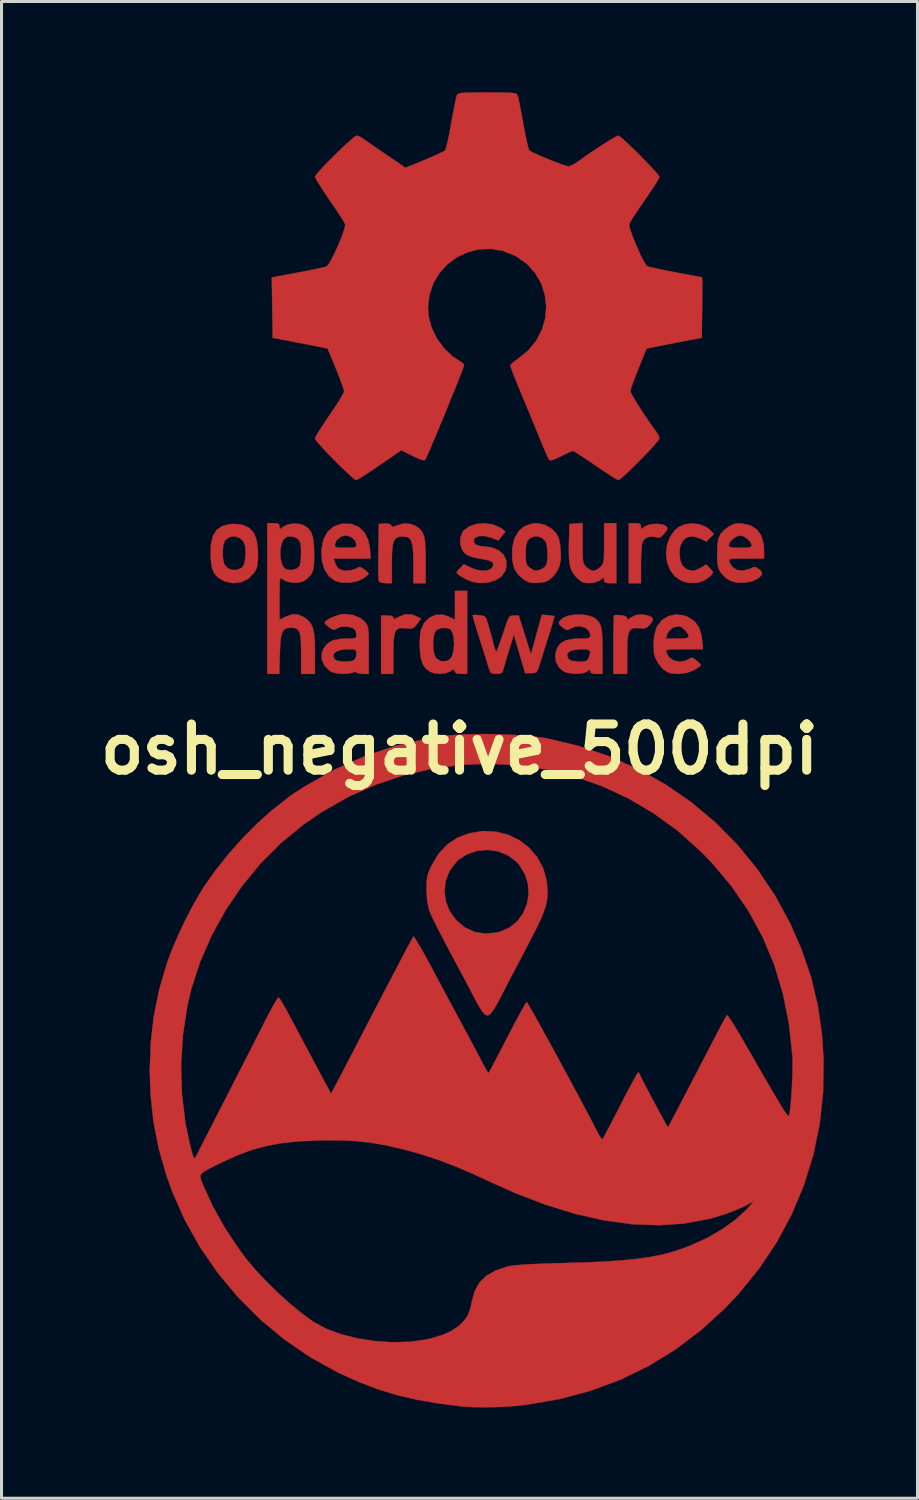
<source format=kicad_pcb>
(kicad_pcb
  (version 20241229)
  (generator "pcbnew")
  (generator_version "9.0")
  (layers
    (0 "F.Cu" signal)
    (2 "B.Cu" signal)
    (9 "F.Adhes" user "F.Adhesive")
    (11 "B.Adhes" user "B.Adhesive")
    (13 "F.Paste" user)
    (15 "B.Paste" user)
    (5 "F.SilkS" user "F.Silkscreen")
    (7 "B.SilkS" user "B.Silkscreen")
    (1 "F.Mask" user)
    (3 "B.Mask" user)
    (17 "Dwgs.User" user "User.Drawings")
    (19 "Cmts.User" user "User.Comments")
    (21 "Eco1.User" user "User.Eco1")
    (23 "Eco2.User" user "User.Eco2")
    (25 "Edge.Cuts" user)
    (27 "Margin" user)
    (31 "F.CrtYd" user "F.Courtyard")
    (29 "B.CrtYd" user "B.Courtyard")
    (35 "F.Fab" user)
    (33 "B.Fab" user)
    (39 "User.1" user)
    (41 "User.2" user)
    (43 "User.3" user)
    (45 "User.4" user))
  (footprint "osh_negative_500dpi"
    (layer "F.Cu")
    (at 12.127 21.697)
    (property "Reference" "osh_negative_500dpi" (at 0 0 0) (layer "F.SilkS") (effects (font (size 1.524 1.524) (thickness 0.3))))
    (attr through_hole)
    (fp_poly (pts (xy -1.557 -4.447) (xy -1.419 -4.392) (xy -1.268 -4.314) (xy -1.4 -4.141) (xy -1.487 -4.037) (xy -1.567 -3.991) (xy -1.68 -3.987) (xy -1.775 -3.997) (xy -1.921 -4.006) (xy -2.028 -3.983) (xy -2.102 -3.917) (xy -2.148 -3.795) (xy -2.174 -3.604) (xy -2.183 -3.331) (xy -2.184 -3.138) (xy -2.184 -2.489) (xy -2.591 -2.489) (xy -2.591 -4.42) (xy -2.388 -4.42) (xy -2.246 -4.407) (xy -2.188 -4.365) (xy -2.184 -4.344) (xy -2.169 -4.304) (xy -2.109 -4.319) (xy -2.019 -4.369) (xy -1.789 -4.459) (xy -1.557 -4.447)) (stroke (width 0.01) (type solid)) (fill yes) (layer "F.Cu"))
    (fp_poly (pts (xy 5.923 -7.46) (xy 5.982 -7.426) (xy 5.994 -7.358) (xy 5.999 -7.284) (xy 6.03 -7.285) (xy 6.101 -7.345) (xy 6.225 -7.408) (xy 6.399 -7.441) (xy 6.586 -7.442) (xy 6.745 -7.412) (xy 6.827 -7.366) (xy 6.866 -7.308) (xy 6.851 -7.243) (xy 6.774 -7.14) (xy 6.76 -7.123) (xy 6.663 -7.02) (xy 6.587 -6.985) (xy 6.497 -7.003) (xy 6.485 -7.008) (xy 6.31 -7.029) (xy 6.149 -6.972) (xy 6.048 -6.864) (xy 6.027 -6.775) (xy 6.01 -6.609) (xy 5.999 -6.387) (xy 5.994 -6.133) (xy 5.994 -6.125) (xy 5.994 -5.486) (xy 5.588 -5.486) (xy 5.588 -7.468) (xy 5.791 -7.468) (xy 5.923 -7.46)) (stroke (width 0.01) (type solid)) (fill yes) (layer "F.Cu"))
    (fp_poly (pts (xy 6.218 -4.421) (xy 6.35 -4.362) (xy 6.391 -4.289) (xy 6.343 -4.186) (xy 6.279 -4.108) (xy 6.19 -4.024) (xy 6.095 -3.992) (xy 5.949 -3.997) (xy 5.932 -3.999) (xy 5.791 -4.006) (xy 5.687 -3.981) (xy 5.616 -3.911) (xy 5.571 -3.784) (xy 5.547 -3.587) (xy 5.538 -3.308) (xy 5.537 -3.138) (xy 5.537 -2.489) (xy 5.08 -2.489) (xy 5.08 -3.446) (xy 5.081 -3.747) (xy 5.084 -4.012) (xy 5.089 -4.224) (xy 5.095 -4.367) (xy 5.103 -4.425) (xy 5.103 -4.425) (xy 5.163 -4.435) (xy 5.285 -4.432) (xy 5.331 -4.429) (xy 5.478 -4.399) (xy 5.535 -4.345) (xy 5.537 -4.33) (xy 5.547 -4.28) (xy 5.592 -4.302) (xy 5.629 -4.335) (xy 5.802 -4.428) (xy 6.019 -4.456) (xy 6.218 -4.421)) (stroke (width 0.01) (type solid)) (fill yes) (layer "F.Cu"))
    (fp_poly (pts (xy 7.939 -7.427) (xy 8.167 -7.331) (xy 8.283 -7.236) (xy 8.402 -7.109) (xy 8.152 -6.859) (xy 7.943 -6.962) (xy 7.719 -7.031) (xy 7.529 -7.008) (xy 7.383 -6.901) (xy 7.291 -6.716) (xy 7.264 -6.498) (xy 7.29 -6.235) (xy 7.37 -6.054) (xy 7.501 -5.949) (xy 7.66 -5.899) (xy 7.805 -5.916) (xy 7.971 -5.998) (xy 8.143 -6.104) (xy 8.272 -5.975) (xy 8.355 -5.886) (xy 8.371 -5.828) (xy 8.324 -5.761) (xy 8.303 -5.737) (xy 8.097 -5.581) (xy 7.844 -5.498) (xy 7.571 -5.494) (xy 7.338 -5.558) (xy 7.117 -5.705) (xy 6.957 -5.915) (xy 6.858 -6.169) (xy 6.821 -6.446) (xy 6.849 -6.728) (xy 6.942 -6.993) (xy 7.102 -7.223) (xy 7.22 -7.329) (xy 7.433 -7.429) (xy 7.684 -7.46) (xy 7.939 -7.427)) (stroke (width 0.01) (type solid)) (fill yes) (layer "F.Cu"))
    (fp_poly (pts (xy 4.064 -6.808) (xy 4.065 -6.535) (xy 4.07 -6.345) (xy 4.082 -6.217) (xy 4.103 -6.133) (xy 4.138 -6.073) (xy 4.189 -6.017) (xy 4.304 -5.932) (xy 4.414 -5.893) (xy 4.42 -5.893) (xy 4.527 -5.927) (xy 4.644 -6.011) (xy 4.651 -6.017) (xy 4.701 -6.073) (xy 4.736 -6.134) (xy 4.758 -6.219) (xy 4.77 -6.348) (xy 4.774 -6.539) (xy 4.775 -6.805) (xy 4.775 -7.468) (xy 5.182 -7.468) (xy 5.182 -5.486) (xy 4.978 -5.486) (xy 4.847 -5.494) (xy 4.788 -5.527) (xy 4.774 -5.601) (xy 4.761 -5.669) (xy 4.736 -5.659) (xy 4.616 -5.56) (xy 4.426 -5.5) (xy 4.265 -5.486) (xy 4.12 -5.5) (xy 4.004 -5.552) (xy 3.873 -5.665) (xy 3.86 -5.679) (xy 3.761 -5.795) (xy 3.689 -5.927) (xy 3.643 -6.092) (xy 3.617 -6.308) (xy 3.61 -6.59) (xy 3.616 -6.934) (xy 3.632 -7.442) (xy 4.064 -7.473) (xy 4.064 -6.808)) (stroke (width 0.01) (type solid)) (fill yes) (layer "F.Cu"))
    (fp_poly (pts (xy -1.598 -7.438) (xy -1.438 -7.368) (xy -1.323 -7.287) (xy -1.239 -7.193) (xy -1.181 -7.069) (xy -1.144 -6.9) (xy -1.125 -6.668) (xy -1.118 -6.357) (xy -1.118 -6.226) (xy -1.118 -5.486) (xy -1.524 -5.486) (xy -1.524 -6.141) (xy -1.529 -6.465) (xy -1.548 -6.701) (xy -1.586 -6.862) (xy -1.648 -6.961) (xy -1.74 -7.012) (xy -1.867 -7.027) (xy -1.88 -7.027) (xy -2.01 -7.015) (xy -2.104 -6.967) (xy -2.169 -6.873) (xy -2.209 -6.717) (xy -2.229 -6.488) (xy -2.235 -6.172) (xy -2.235 -6.141) (xy -2.235 -5.486) (xy -2.44 -5.486) (xy -2.583 -5.502) (xy -2.664 -5.542) (xy -2.67 -5.552) (xy -2.677 -5.621) (xy -2.682 -5.775) (xy -2.684 -5.996) (xy -2.684 -6.265) (xy -2.681 -6.53) (xy -2.667 -7.442) (xy -2.476 -7.458) (xy -2.33 -7.454) (xy -2.26 -7.406) (xy -2.255 -7.396) (xy -2.223 -7.347) (xy -2.164 -7.353) (xy -2.08 -7.393) (xy -1.843 -7.461) (xy -1.598 -7.438)) (stroke (width 0.01) (type solid)) (fill yes) (layer "F.Cu"))
    (fp_poly (pts (xy -7.161 -7.411) (xy -6.947 -7.315) (xy -6.794 -7.148) (xy -6.7 -6.905) (xy -6.658 -6.579) (xy -6.655 -6.443) (xy -6.659 -6.222) (xy -6.675 -6.07) (xy -6.71 -5.956) (xy -6.77 -5.849) (xy -6.787 -5.824) (xy -6.973 -5.634) (xy -7.209 -5.52) (xy -7.472 -5.486) (xy -7.738 -5.539) (xy -7.82 -5.575) (xy -7.989 -5.682) (xy -8.104 -5.813) (xy -8.175 -5.99) (xy -8.212 -6.233) (xy -8.222 -6.399) (xy -8.217 -6.58) (xy -7.819 -6.58) (xy -7.819 -6.375) (xy -7.793 -6.189) (xy -7.773 -6.123) (xy -7.676 -5.994) (xy -7.526 -5.925) (xy -7.356 -5.922) (xy -7.2 -5.992) (xy -7.17 -6.018) (xy -7.116 -6.122) (xy -7.08 -6.291) (xy -7.065 -6.492) (xy -7.076 -6.687) (xy -7.083 -6.728) (xy -7.155 -6.887) (xy -7.286 -6.991) (xy -7.445 -7.034) (xy -7.606 -7.007) (xy -7.739 -6.904) (xy -7.748 -6.891) (xy -7.795 -6.766) (xy -7.819 -6.58) (xy -8.217 -6.58) (xy -8.211 -6.762) (xy -8.146 -7.043) (xy -8.021 -7.245) (xy -7.834 -7.375) (xy -7.581 -7.436) (xy -7.442 -7.442) (xy -7.161 -7.411)) (stroke (width 0.01) (type solid)) (fill yes) (layer "F.Cu"))
    (fp_poly (pts (xy 0.254 -2.489) (xy 0.051 -2.489) (xy -0.09 -2.502) (xy -0.149 -2.543) (xy -0.152 -2.565) (xy -0.174 -2.631) (xy -0.243 -2.619) (xy -0.327 -2.564) (xy -0.462 -2.51) (xy -0.648 -2.492) (xy -0.838 -2.512) (xy -0.96 -2.553) (xy -1.113 -2.66) (xy -1.216 -2.809) (xy -1.279 -3.018) (xy -1.31 -3.307) (xy -1.31 -3.314) (xy -1.312 -3.44) (xy -0.872 -3.44) (xy -0.854 -3.239) (xy -0.81 -3.074) (xy -0.762 -2.997) (xy -0.61 -2.909) (xy -0.438 -2.913) (xy -0.323 -2.97) (xy -0.248 -3.074) (xy -0.2 -3.243) (xy -0.18 -3.446) (xy -0.188 -3.652) (xy -0.224 -3.83) (xy -0.289 -3.95) (xy -0.312 -3.968) (xy -0.454 -4.009) (xy -0.623 -3.998) (xy -0.761 -3.937) (xy -0.771 -3.929) (xy -0.831 -3.819) (xy -0.864 -3.645) (xy -0.872 -3.44) (xy -1.312 -3.44) (xy -1.314 -3.541) (xy -1.303 -3.757) (xy -1.281 -3.921) (xy -1.276 -3.939) (xy -1.168 -4.176) (xy -0.999 -4.345) (xy -0.789 -4.439) (xy -0.556 -4.448) (xy -0.343 -4.377) (xy -0.152 -4.278) (xy -0.152 -5.232) (xy 0.254 -5.232) (xy 0.254 -2.489)) (stroke (width 0.01) (type solid)) (fill yes) (layer "F.Cu"))
    (fp_poly (pts (xy 2.813 -7.419) (xy 3.05 -7.279) (xy 3.215 -7.104) (xy 3.28 -6.959) (xy 3.325 -6.747) (xy 3.346 -6.504) (xy 3.341 -6.262) (xy 3.309 -6.069) (xy 3.231 -5.895) (xy 3.108 -5.725) (xy 3.075 -5.691) (xy 2.951 -5.586) (xy 2.829 -5.53) (xy 2.663 -5.503) (xy 2.604 -5.498) (xy 2.416 -5.493) (xy 2.283 -5.518) (xy 2.161 -5.581) (xy 2.138 -5.596) (xy 1.939 -5.763) (xy 1.817 -5.949) (xy 1.753 -6.188) (xy 1.742 -6.288) (xy 1.742 -6.473) (xy 2.184 -6.473) (xy 2.188 -6.277) (xy 2.203 -6.154) (xy 2.238 -6.075) (xy 2.301 -6.012) (xy 2.318 -5.998) (xy 2.452 -5.913) (xy 2.572 -5.901) (xy 2.714 -5.951) (xy 2.822 -6.028) (xy 2.873 -6.106) (xy 2.899 -6.254) (xy 2.906 -6.446) (xy 2.895 -6.641) (xy 2.868 -6.798) (xy 2.848 -6.851) (xy 2.742 -6.966) (xy 2.594 -7.031) (xy 2.452 -7.027) (xy 2.32 -6.963) (xy 2.239 -6.872) (xy 2.198 -6.73) (xy 2.185 -6.513) (xy 2.184 -6.473) (xy 1.742 -6.473) (xy 1.742 -6.654) (xy 1.812 -6.96) (xy 1.948 -7.2) (xy 2.144 -7.367) (xy 2.397 -7.455) (xy 2.555 -7.468) (xy 2.813 -7.419)) (stroke (width 0.01) (type solid)) (fill yes) (layer "F.Cu"))
    (fp_poly (pts (xy 1.097 -7.425) (xy 1.335 -7.326) (xy 1.407 -7.277) (xy 1.518 -7.188) (xy 1.4 -7.042) (xy 1.281 -6.896) (xy 1.054 -6.983) (xy 0.828 -7.043) (xy 0.642 -7.042) (xy 0.514 -6.981) (xy 0.491 -6.951) (xy 0.47 -6.846) (xy 0.534 -6.762) (xy 0.668 -6.712) (xy 0.756 -6.705) (xy 1.052 -6.671) (xy 1.288 -6.576) (xy 1.455 -6.429) (xy 1.545 -6.24) (xy 1.548 -6.019) (xy 1.503 -5.871) (xy 1.382 -5.704) (xy 1.19 -5.582) (xy 0.951 -5.508) (xy 0.688 -5.489) (xy 0.423 -5.53) (xy 0.279 -5.584) (xy 0.127 -5.662) (xy -0.001 -5.74) (xy -0.025 -5.757) (xy -0.088 -5.813) (xy -0.09 -5.861) (xy -0.028 -5.936) (xy 0.008 -5.973) (xy 0.143 -6.11) (xy 0.367 -6.001) (xy 0.577 -5.925) (xy 0.776 -5.898) (xy 0.945 -5.917) (xy 1.063 -5.978) (xy 1.113 -6.079) (xy 1.11 -6.125) (xy 1.07 -6.192) (xy 0.965 -6.238) (xy 0.838 -6.265) (xy 0.564 -6.315) (xy 0.371 -6.364) (xy 0.24 -6.423) (xy 0.149 -6.497) (xy 0.097 -6.569) (xy 0.024 -6.765) (xy 0.025 -6.979) (xy 0.096 -7.171) (xy 0.135 -7.225) (xy 0.32 -7.362) (xy 0.561 -7.442) (xy 0.83 -7.463) (xy 1.097 -7.425)) (stroke (width 0.01) (type solid)) (fill yes) (layer "F.Cu"))
    (fp_poly (pts (xy -3.568 -7.441) (xy -3.327 -7.342) (xy -3.14 -7.163) (xy -3.014 -6.912) (xy -2.959 -6.63) (xy -2.932 -6.299) (xy -4.16 -6.299) (xy -4.107 -6.146) (xy -4.041 -6.021) (xy -3.96 -5.943) (xy -3.795 -5.898) (xy -3.6 -5.905) (xy -3.434 -5.96) (xy -3.414 -5.972) (xy -3.331 -6.019) (xy -3.258 -6.012) (xy -3.153 -5.946) (xy -3.149 -5.943) (xy -3.05 -5.864) (xy -2.999 -5.807) (xy -2.998 -5.8) (xy -3.036 -5.753) (xy -3.132 -5.676) (xy -3.18 -5.642) (xy -3.386 -5.548) (xy -3.638 -5.501) (xy -3.892 -5.504) (xy -4.094 -5.556) (xy -4.304 -5.705) (xy -4.456 -5.928) (xy -4.544 -6.214) (xy -4.562 -6.549) (xy -4.557 -6.616) (xy -4.528 -6.756) (xy -4.115 -6.756) (xy -4.105 -6.703) (xy -4.062 -6.672) (xy -3.963 -6.658) (xy -3.788 -6.655) (xy -3.759 -6.655) (xy -3.572 -6.658) (xy -3.465 -6.67) (xy -3.416 -6.698) (xy -3.404 -6.748) (xy -3.404 -6.756) (xy -3.449 -6.891) (xy -3.564 -7) (xy -3.716 -7.058) (xy -3.759 -7.061) (xy -3.916 -7.022) (xy -4.044 -6.924) (xy -4.111 -6.793) (xy -4.115 -6.756) (xy -4.528 -6.756) (xy -4.491 -6.936) (xy -4.358 -7.183) (xy -4.163 -7.354) (xy -3.908 -7.445) (xy -3.852 -7.453) (xy -3.568 -7.441)) (stroke (width 0.01) (type solid)) (fill yes) (layer "F.Cu"))
    (fp_poly (pts (xy 7.411 -4.422) (xy 7.568 -4.359) (xy 7.776 -4.213) (xy 7.915 -4.016) (xy 7.994 -3.752) (xy 8.013 -3.607) (xy 8.041 -3.302) (xy 7.42 -3.302) (xy 7.161 -3.301) (xy 6.988 -3.298) (xy 6.884 -3.288) (xy 6.834 -3.269) (xy 6.822 -3.237) (xy 6.833 -3.19) (xy 6.834 -3.188) (xy 6.926 -3.034) (xy 7.081 -2.932) (xy 7.268 -2.893) (xy 7.459 -2.923) (xy 7.559 -2.975) (xy 7.641 -3.022) (xy 7.711 -3.014) (xy 7.811 -2.945) (xy 7.821 -2.937) (xy 7.919 -2.852) (xy 7.971 -2.791) (xy 7.973 -2.783) (xy 7.934 -2.739) (xy 7.833 -2.667) (xy 7.755 -2.618) (xy 7.535 -2.531) (xy 7.277 -2.49) (xy 7.026 -2.5) (xy 6.881 -2.538) (xy 6.719 -2.647) (xy 6.572 -2.823) (xy 6.463 -3.031) (xy 6.423 -3.178) (xy 6.406 -3.454) (xy 6.423 -3.658) (xy 6.812 -3.658) (xy 7.191 -3.658) (xy 7.39 -3.661) (xy 7.506 -3.675) (xy 7.56 -3.704) (xy 7.569 -3.736) (xy 7.531 -3.832) (xy 7.44 -3.942) (xy 7.331 -4.031) (xy 7.245 -4.064) (xy 7.058 -4.021) (xy 6.916 -3.906) (xy 6.867 -3.814) (xy 6.812 -3.658) (xy 6.423 -3.658) (xy 6.43 -3.734) (xy 6.489 -3.976) (xy 6.524 -4.057) (xy 6.684 -4.264) (xy 6.899 -4.398) (xy 7.148 -4.452) (xy 7.411 -4.422)) (stroke (width 0.01) (type solid)) (fill yes) (layer "F.Cu"))
    (fp_poly (pts (xy 9.326 -7.456) (xy 9.612 -7.393) (xy 9.827 -7.256) (xy 9.973 -7.046) (xy 10.048 -6.764) (xy 10.058 -6.58) (xy 10.058 -6.299) (xy 9.471 -6.299) (xy 9.22 -6.299) (xy 9.054 -6.295) (xy 8.957 -6.284) (xy 8.913 -6.263) (xy 8.906 -6.228) (xy 8.916 -6.185) (xy 9.011 -6.02) (xy 9.166 -5.922) (xy 9.36 -5.899) (xy 9.574 -5.956) (xy 9.605 -5.971) (xy 9.717 -6.019) (xy 9.798 -6.01) (xy 9.88 -5.958) (xy 9.981 -5.863) (xy 9.991 -5.776) (xy 9.909 -5.68) (xy 9.846 -5.632) (xy 9.652 -5.544) (xy 9.407 -5.501) (xy 9.154 -5.508) (xy 8.941 -5.563) (xy 8.796 -5.657) (xy 8.662 -5.792) (xy 8.636 -5.826) (xy 8.575 -5.927) (xy 8.537 -6.03) (xy 8.517 -6.162) (xy 8.51 -6.352) (xy 8.509 -6.482) (xy 8.517 -6.733) (xy 8.89 -6.733) (xy 8.908 -6.692) (xy 8.976 -6.668) (xy 9.111 -6.657) (xy 9.271 -6.655) (xy 9.471 -6.659) (xy 9.588 -6.672) (xy 9.642 -6.7) (xy 9.652 -6.733) (xy 9.61 -6.842) (xy 9.506 -6.952) (xy 9.375 -7.035) (xy 9.271 -7.061) (xy 9.145 -7.025) (xy 9.017 -6.935) (xy 8.92 -6.823) (xy 8.89 -6.733) (xy 8.517 -6.733) (xy 8.518 -6.759) (xy 8.552 -6.96) (xy 8.623 -7.113) (xy 8.742 -7.243) (xy 8.895 -7.358) (xy 9.031 -7.433) (xy 9.174 -7.461) (xy 9.326 -7.456)) (stroke (width 0.01) (type solid)) (fill yes) (layer "F.Cu"))
    (fp_poly (pts (xy 2.922 -4.427) (xy 3.052 -4.414) (xy 3.129 -4.401) (xy 3.136 -4.399) (xy 3.126 -4.349) (xy 3.09 -4.22) (xy 3.034 -4.031) (xy 2.962 -3.799) (xy 2.94 -3.73) (xy 2.854 -3.458) (xy 2.77 -3.193) (xy 2.699 -2.965) (xy 2.648 -2.802) (xy 2.646 -2.794) (xy 2.594 -2.637) (xy 2.547 -2.553) (xy 2.483 -2.521) (xy 2.376 -2.515) (xy 2.362 -2.515) (xy 2.165 -2.515) (xy 1.794 -3.784) (xy 1.637 -3.277) (xy 1.567 -3.048) (xy 1.506 -2.843) (xy 1.462 -2.688) (xy 1.446 -2.629) (xy 1.409 -2.536) (xy 1.338 -2.497) (xy 1.217 -2.489) (xy 1.104 -2.494) (xy 1.037 -2.526) (xy 0.991 -2.607) (xy 0.944 -2.756) (xy 0.898 -2.904) (xy 0.83 -3.122) (xy 0.748 -3.383) (xy 0.66 -3.659) (xy 0.641 -3.718) (xy 0.563 -3.967) (xy 0.499 -4.179) (xy 0.455 -4.336) (xy 0.435 -4.421) (xy 0.435 -4.431) (xy 0.491 -4.438) (xy 0.611 -4.433) (xy 0.657 -4.429) (xy 0.766 -4.415) (xy 0.835 -4.384) (xy 0.883 -4.314) (xy 0.93 -4.181) (xy 0.963 -4.071) (xy 1.027 -3.847) (xy 1.088 -3.615) (xy 1.125 -3.466) (xy 1.164 -3.326) (xy 1.202 -3.245) (xy 1.222 -3.237) (xy 1.251 -3.299) (xy 1.303 -3.436) (xy 1.372 -3.629) (xy 1.446 -3.848) (xy 1.526 -4.09) (xy 1.585 -4.252) (xy 1.632 -4.35) (xy 1.677 -4.399) (xy 1.73 -4.417) (xy 1.795 -4.419) (xy 1.956 -4.419) (xy 2.157 -3.779) (xy 2.358 -3.139) (xy 2.719 -4.445) (xy 2.922 -4.427)) (stroke (width 0.01) (type solid)) (fill yes) (layer "F.Cu"))
    (fp_poly (pts (xy 4.266 -4.417) (xy 4.437 -4.35) (xy 4.454 -4.339) (xy 4.552 -4.257) (xy 4.623 -4.168) (xy 4.671 -4.054) (xy 4.701 -3.898) (xy 4.717 -3.683) (xy 4.723 -3.391) (xy 4.724 -3.239) (xy 4.724 -2.489) (xy 4.521 -2.489) (xy 4.384 -2.5) (xy 4.325 -2.538) (xy 4.318 -2.573) (xy 4.311 -2.629) (xy 4.272 -2.614) (xy 4.225 -2.573) (xy 4.106 -2.519) (xy 3.927 -2.493) (xy 3.726 -2.497) (xy 3.539 -2.531) (xy 3.442 -2.569) (xy 3.275 -2.713) (xy 3.179 -2.909) (xy 3.163 -3.107) (xy 3.556 -3.107) (xy 3.589 -2.993) (xy 3.694 -2.925) (xy 3.882 -2.897) (xy 3.948 -2.896) (xy 4.109 -2.901) (xy 4.199 -2.924) (xy 4.248 -2.979) (xy 4.268 -3.026) (xy 4.314 -3.172) (xy 4.303 -3.255) (xy 4.221 -3.293) (xy 4.054 -3.302) (xy 4.035 -3.302) (xy 3.783 -3.283) (xy 3.624 -3.227) (xy 3.558 -3.133) (xy 3.556 -3.107) (xy 3.163 -3.107) (xy 3.161 -3.133) (xy 3.227 -3.354) (xy 3.343 -3.505) (xy 3.515 -3.601) (xy 3.757 -3.649) (xy 3.96 -3.658) (xy 4.147 -3.66) (xy 4.254 -3.67) (xy 4.303 -3.698) (xy 4.317 -3.749) (xy 4.318 -3.782) (xy 4.274 -3.913) (xy 4.159 -4.008) (xy 4.002 -4.058) (xy 3.83 -4.053) (xy 3.67 -3.986) (xy 3.588 -3.94) (xy 3.516 -3.948) (xy 3.412 -4.015) (xy 3.404 -4.021) (xy 3.298 -4.115) (xy 3.277 -4.192) (xy 3.344 -4.277) (xy 3.423 -4.34) (xy 3.584 -4.412) (xy 3.802 -4.448) (xy 4.042 -4.45) (xy 4.266 -4.417)) (stroke (width 0.01) (type solid)) (fill yes) (layer "F.Cu"))
    (fp_poly (pts (xy -3.514 -4.434) (xy -3.27 -4.333) (xy -3.127 -4.211) (xy -3.078 -4.149) (xy -3.043 -4.086) (xy -3.02 -4.005) (xy -3.006 -3.889) (xy -3 -3.718) (xy -2.997 -3.475) (xy -2.997 -3.273) (xy -2.997 -2.489) (xy -3.2 -2.489) (xy -3.328 -2.501) (xy -3.398 -2.53) (xy -3.404 -2.542) (xy -3.435 -2.568) (xy -3.502 -2.542) (xy -3.649 -2.5) (xy -3.846 -2.489) (xy -4.05 -2.506) (xy -4.218 -2.549) (xy -4.269 -2.576) (xy -4.457 -2.754) (xy -4.549 -2.959) (xy -4.546 -3.138) (xy -4.162 -3.138) (xy -4.16 -3.034) (xy -4.105 -2.957) (xy -4.013 -2.918) (xy -3.863 -2.899) (xy -3.694 -2.9) (xy -3.546 -2.92) (xy -3.465 -2.957) (xy -3.419 -3.05) (xy -3.404 -3.16) (xy -3.409 -3.239) (xy -3.439 -3.281) (xy -3.52 -3.299) (xy -3.675 -3.302) (xy -3.705 -3.302) (xy -3.924 -3.281) (xy -4.08 -3.223) (xy -4.162 -3.138) (xy -4.546 -3.138) (xy -4.545 -3.183) (xy -4.497 -3.319) (xy -4.374 -3.486) (xy -4.19 -3.595) (xy -3.932 -3.649) (xy -3.739 -3.658) (xy -3.559 -3.66) (xy -3.459 -3.673) (xy -3.415 -3.704) (xy -3.404 -3.76) (xy -3.404 -3.772) (xy -3.431 -3.915) (xy -3.519 -4.002) (xy -3.687 -4.047) (xy -3.7 -4.049) (xy -3.908 -4.048) (xy -4.03 -3.998) (xy -4.118 -3.951) (xy -4.192 -3.957) (xy -4.297 -4.02) (xy -4.31 -4.029) (xy -4.409 -4.113) (xy -4.454 -4.18) (xy -4.454 -4.191) (xy -4.395 -4.256) (xy -4.268 -4.33) (xy -4.107 -4.399) (xy -3.943 -4.451) (xy -3.812 -4.47) (xy -3.514 -4.434)) (stroke (width 0.01) (type solid)) (fill yes) (layer "F.Cu"))
    (fp_poly (pts (xy -6.015 -7.46) (xy -5.956 -7.426) (xy -5.944 -7.358) (xy -5.938 -7.284) (xy -5.903 -7.288) (xy -5.844 -7.339) (xy -5.692 -7.42) (xy -5.489 -7.456) (xy -5.281 -7.443) (xy -5.14 -7.396) (xy -5.001 -7.302) (xy -4.903 -7.176) (xy -4.842 -7.002) (xy -4.809 -6.761) (xy -4.801 -6.452) (xy -4.803 -6.204) (xy -4.813 -6.033) (xy -4.834 -5.915) (xy -4.871 -5.826) (xy -4.914 -5.76) (xy -5.033 -5.634) (xy -5.17 -5.542) (xy -5.181 -5.537) (xy -5.366 -5.498) (xy -5.573 -5.508) (xy -5.759 -5.562) (xy -5.846 -5.617) (xy -5.884 -5.648) (xy -5.911 -5.651) (xy -5.928 -5.613) (xy -5.938 -5.519) (xy -5.942 -5.356) (xy -5.944 -5.11) (xy -5.944 -4.992) (xy -5.944 -4.278) (xy -5.755 -4.374) (xy -5.529 -4.457) (xy -5.328 -4.451) (xy -5.126 -4.356) (xy -5.126 -4.355) (xy -4.997 -4.255) (xy -4.904 -4.142) (xy -4.84 -3.998) (xy -4.801 -3.805) (xy -4.781 -3.546) (xy -4.775 -3.205) (xy -4.775 -3.188) (xy -4.775 -2.489) (xy -5.232 -2.489) (xy -5.232 -3.167) (xy -5.236 -3.48) (xy -5.251 -3.706) (xy -5.283 -3.858) (xy -5.337 -3.95) (xy -5.419 -3.997) (xy -5.534 -4.013) (xy -5.571 -4.013) (xy -5.698 -4) (xy -5.791 -3.951) (xy -5.855 -3.854) (xy -5.897 -3.696) (xy -5.922 -3.462) (xy -5.935 -3.144) (xy -5.952 -2.489) (xy -6.35 -2.489) (xy -6.35 -6.569) (xy -5.918 -6.569) (xy -5.917 -6.36) (xy -5.883 -6.167) (xy -5.813 -6.017) (xy -5.726 -5.944) (xy -5.56 -5.917) (xy -5.398 -5.955) (xy -5.296 -6.032) (xy -5.263 -6.127) (xy -5.242 -6.288) (xy -5.233 -6.482) (xy -5.239 -6.674) (xy -5.26 -6.829) (xy -5.264 -6.842) (xy -5.339 -6.947) (xy -5.474 -7.014) (xy -5.633 -7.029) (xy -5.715 -7.01) (xy -5.817 -6.922) (xy -5.884 -6.766) (xy -5.918 -6.569) (xy -6.35 -6.569) (xy -6.35 -7.468) (xy -6.147 -7.468) (xy -6.015 -7.46)) (stroke (width 0.01) (type solid)) (fill yes) (layer "F.Cu"))
    (fp_poly (pts (xy 1.207 2.722) (xy 1.612 2.826) (xy 1.98 3.005) (xy 2.301 3.252) (xy 2.564 3.559) (xy 2.76 3.919) (xy 2.877 4.324) (xy 2.908 4.674) (xy 2.904 4.845) (xy 2.886 5.007) (xy 2.849 5.174) (xy 2.788 5.359) (xy 2.699 5.578) (xy 2.575 5.842) (xy 2.411 6.168) (xy 2.211 6.553) (xy 2.035 6.888) (xy 1.846 7.25) (xy 1.66 7.606) (xy 1.494 7.926) (xy 1.396 8.115) (xy 1.239 8.412) (xy 1.115 8.621) (xy 1.015 8.747) (xy 0.929 8.794) (xy 0.847 8.768) (xy 0.759 8.673) (xy 0.657 8.514) (xy 0.637 8.481) (xy 0.548 8.326) (xy 0.484 8.208) (xy 0.457 8.151) (xy 0.457 8.15) (xy 0.434 8.102) (xy 0.369 7.975) (xy 0.267 7.782) (xy 0.135 7.534) (xy -0.021 7.243) (xy -0.195 6.919) (xy -0.227 6.858) (xy -0.41 6.516) (xy -0.581 6.188) (xy -0.733 5.891) (xy -0.859 5.639) (xy -0.95 5.446) (xy -1.001 5.326) (xy -1.002 5.322) (xy -1.066 5.038) (xy -1.092 4.683) (xy -1.092 4.665) (xy -0.496 4.665) (xy -0.455 5.01) (xy -0.327 5.342) (xy -0.114 5.64) (xy 0.174 5.883) (xy 0.501 6.033) (xy 0.86 6.09) (xy 1.241 6.05) (xy 1.355 6.02) (xy 1.666 5.879) (xy 1.917 5.67) (xy 2.106 5.406) (xy 2.228 5.105) (xy 2.281 4.781) (xy 2.26 4.451) (xy 2.162 4.13) (xy 1.984 3.834) (xy 1.875 3.712) (xy 1.599 3.503) (xy 1.279 3.374) (xy 0.936 3.324) (xy 0.59 3.353) (xy 0.262 3.461) (xy -0.028 3.648) (xy -0.098 3.712) (xy -0.317 3.999) (xy -0.45 4.322) (xy -0.496 4.665) (xy -1.092 4.665) (xy -1.092 4.623) (xy -1.087 4.389) (xy -1.066 4.215) (xy -1.021 4.058) (xy -0.943 3.876) (xy -0.935 3.858) (xy -0.7 3.461) (xy -0.411 3.148) (xy -0.066 2.918) (xy 0.329 2.771) (xy 0.776 2.701) (xy 1.207 2.722)) (stroke (width 0.01) (type solid)) (fill yes) (layer "F.Cu"))
    (fp_poly (pts (xy 1.25 -21.691) (xy 1.498 -21.689) (xy 1.673 -21.684) (xy 1.788 -21.674) (xy 1.857 -21.657) (xy 1.895 -21.632) (xy 1.915 -21.598) (xy 1.923 -21.577) (xy 1.946 -21.49) (xy 1.981 -21.322) (xy 2.026 -21.093) (xy 2.077 -20.825) (xy 2.108 -20.65) (xy 2.16 -20.372) (xy 2.21 -20.127) (xy 2.256 -19.934) (xy 2.291 -19.812) (xy 2.307 -19.779) (xy 2.378 -19.734) (xy 2.521 -19.665) (xy 2.714 -19.58) (xy 2.932 -19.489) (xy 3.153 -19.401) (xy 3.354 -19.327) (xy 3.51 -19.274) (xy 3.6 -19.253) (xy 3.602 -19.253) (xy 3.693 -19.282) (xy 3.827 -19.355) (xy 3.917 -19.416) (xy 4.143 -19.577) (xy 4.384 -19.742) (xy 4.623 -19.901) (xy 4.844 -20.043) (xy 5.031 -20.159) (xy 5.168 -20.238) (xy 5.239 -20.269) (xy 5.242 -20.269) (xy 5.3 -20.234) (xy 5.414 -20.139) (xy 5.568 -19.998) (xy 5.749 -19.825) (xy 5.943 -19.634) (xy 6.134 -19.439) (xy 6.311 -19.255) (xy 6.457 -19.096) (xy 6.559 -18.976) (xy 6.603 -18.909) (xy 6.604 -18.905) (xy 6.576 -18.842) (xy 6.5 -18.711) (xy 6.384 -18.53) (xy 6.239 -18.313) (xy 6.14 -18.169) (xy 5.978 -17.933) (xy 5.833 -17.718) (xy 5.718 -17.543) (xy 5.644 -17.423) (xy 5.624 -17.387) (xy 5.609 -17.324) (xy 5.619 -17.234) (xy 5.657 -17.101) (xy 5.729 -16.909) (xy 5.84 -16.642) (xy 5.844 -16.632) (xy 5.982 -16.321) (xy 6.094 -16.104) (xy 6.179 -15.979) (xy 6.22 -15.946) (xy 6.292 -15.927) (xy 6.443 -15.893) (xy 6.653 -15.849) (xy 6.9 -15.799) (xy 7.164 -15.747) (xy 7.424 -15.697) (xy 7.659 -15.653) (xy 7.85 -15.619) (xy 7.973 -15.599) (xy 8.007 -15.596) (xy 8.013 -15.547) (xy 8.017 -15.413) (xy 8.019 -15.207) (xy 8.018 -14.946) (xy 8.015 -14.645) (xy 8.015 -14.592) (xy 8.001 -13.589) (xy 7.518 -13.498) (xy 7.24 -13.445) (xy 6.935 -13.386) (xy 6.661 -13.331) (xy 6.607 -13.321) (xy 6.177 -13.233) (xy 5.91 -12.573) (xy 5.813 -12.327) (xy 5.732 -12.11) (xy 5.672 -11.941) (xy 5.643 -11.84) (xy 5.641 -11.826) (xy 5.668 -11.759) (xy 5.741 -11.626) (xy 5.851 -11.444) (xy 5.986 -11.232) (xy 6.135 -11.006) (xy 6.286 -10.783) (xy 6.429 -10.582) (xy 6.511 -10.471) (xy 6.579 -10.356) (xy 6.604 -10.267) (xy 6.569 -10.207) (xy 6.475 -10.091) (xy 6.335 -9.935) (xy 6.163 -9.752) (xy 5.973 -9.556) (xy 5.78 -9.363) (xy 5.597 -9.185) (xy 5.439 -9.037) (xy 5.319 -8.935) (xy 5.252 -8.891) (xy 5.248 -8.89) (xy 5.188 -8.918) (xy 5.061 -8.994) (xy 4.88 -9.11) (xy 4.662 -9.255) (xy 4.489 -9.373) (xy 4.254 -9.533) (xy 4.048 -9.671) (xy 3.885 -9.776) (xy 3.78 -9.84) (xy 3.748 -9.855) (xy 3.685 -9.834) (xy 3.558 -9.777) (xy 3.391 -9.696) (xy 3.356 -9.679) (xy 3.165 -9.589) (xy 3.043 -9.547) (xy 2.975 -9.551) (xy 2.958 -9.565) (xy 2.921 -9.633) (xy 2.856 -9.776) (xy 2.771 -9.974) (xy 2.673 -10.209) (xy 2.652 -10.262) (xy 2.541 -10.533) (xy 2.405 -10.865) (xy 2.257 -11.224) (xy 2.11 -11.577) (xy 2.036 -11.756) (xy 1.921 -12.033) (xy 1.822 -12.279) (xy 1.744 -12.479) (xy 1.693 -12.617) (xy 1.676 -12.674) (xy 1.716 -12.732) (xy 1.818 -12.82) (xy 1.924 -12.894) (xy 2.268 -13.171) (xy 2.533 -13.495) (xy 2.721 -13.854) (xy 2.831 -14.235) (xy 2.863 -14.626) (xy 2.818 -15.014) (xy 2.697 -15.385) (xy 2.499 -15.729) (xy 2.225 -16.03) (xy 1.875 -16.278) (xy 1.84 -16.297) (xy 1.44 -16.458) (xy 1.036 -16.527) (xy 0.64 -16.51) (xy 0.262 -16.414) (xy -0.088 -16.248) (xy -0.398 -16.018) (xy -0.66 -15.732) (xy -0.861 -15.397) (xy -0.991 -15.021) (xy -1.041 -14.611) (xy -1.02 -14.296) (xy -0.922 -13.927) (xy -0.745 -13.567) (xy -0.506 -13.241) (xy -0.222 -12.971) (xy 0.01 -12.822) (xy 0.11 -12.753) (xy 0.153 -12.687) (xy 0.153 -12.686) (xy 0.134 -12.625) (xy 0.082 -12.485) (xy 0.001 -12.278) (xy -0.102 -12.018) (xy -0.222 -11.721) (xy -0.354 -11.398) (xy -0.491 -11.064) (xy -0.628 -10.732) (xy -0.759 -10.417) (xy -0.879 -10.132) (xy -0.982 -9.89) (xy -1.063 -9.706) (xy -1.115 -9.593) (xy -1.13 -9.566) (xy -1.181 -9.546) (xy -1.282 -9.569) (xy -1.448 -9.64) (xy -1.55 -9.689) (xy -1.923 -9.874) (xy -2.117 -9.742) (xy -2.236 -9.66) (xy -2.415 -9.538) (xy -2.627 -9.393) (xy -2.835 -9.25) (xy -3.04 -9.112) (xy -3.218 -8.999) (xy -3.35 -8.921) (xy -3.418 -8.89) (xy -3.42 -8.89) (xy -3.474 -8.924) (xy -3.587 -9.02) (xy -3.745 -9.165) (xy -3.936 -9.349) (xy -4.128 -9.538) (xy -4.336 -9.751) (xy -4.516 -9.943) (xy -4.657 -10.101) (xy -4.747 -10.213) (xy -4.775 -10.263) (xy -4.747 -10.329) (xy -4.671 -10.462) (xy -4.554 -10.646) (xy -4.409 -10.867) (xy -4.293 -11.037) (xy -4.132 -11.275) (xy -3.994 -11.489) (xy -3.888 -11.664) (xy -3.825 -11.782) (xy -3.812 -11.824) (xy -3.831 -11.901) (xy -3.883 -12.053) (xy -3.959 -12.258) (xy -4.054 -12.498) (xy -4.084 -12.573) (xy -4.355 -13.233) (xy -4.781 -13.32) (xy -5.039 -13.371) (xy -5.34 -13.43) (xy -5.629 -13.486) (xy -5.69 -13.498) (xy -6.172 -13.589) (xy -6.186 -14.586) (xy -6.2 -15.584) (xy -5.348 -15.744) (xy -5.059 -15.799) (xy -4.799 -15.852) (xy -4.588 -15.897) (xy -4.443 -15.932) (xy -4.391 -15.947) (xy -4.331 -16.011) (xy -4.247 -16.148) (xy -4.149 -16.338) (xy -4.046 -16.558) (xy -3.948 -16.788) (xy -3.864 -17.005) (xy -3.804 -17.188) (xy -3.776 -17.314) (xy -3.779 -17.352) (xy -3.818 -17.421) (xy -3.904 -17.558) (xy -4.027 -17.746) (xy -4.178 -17.97) (xy -4.293 -18.139) (xy -4.454 -18.377) (xy -4.591 -18.588) (xy -4.697 -18.758) (xy -4.761 -18.871) (xy -4.775 -18.908) (xy -4.74 -18.969) (xy -4.644 -19.084) (xy -4.502 -19.239) (xy -4.327 -19.42) (xy -4.134 -19.613) (xy -3.938 -19.805) (xy -3.752 -19.98) (xy -3.591 -20.125) (xy -3.469 -20.226) (xy -3.401 -20.269) (xy -3.397 -20.269) (xy -3.3 -20.24) (xy -3.195 -20.176) (xy -3.111 -20.115) (xy -2.961 -20.01) (xy -2.763 -19.874) (xy -2.535 -19.718) (xy -2.427 -19.645) (xy -1.781 -19.207) (xy -1.157 -19.463) (xy -0.921 -19.563) (xy -0.716 -19.654) (xy -0.564 -19.728) (xy -0.483 -19.774) (xy -0.477 -19.779) (xy -0.449 -19.847) (xy -0.41 -19.997) (xy -0.363 -20.21) (xy -0.312 -20.469) (xy -0.279 -20.65) (xy -0.228 -20.934) (xy -0.18 -21.189) (xy -0.138 -21.396) (xy -0.107 -21.535) (xy -0.095 -21.577) (xy -0.078 -21.617) (xy -0.05 -21.646) (xy 0.003 -21.667) (xy 0.095 -21.68) (xy 0.239 -21.687) (xy 0.451 -21.691) (xy 0.743 -21.692) (xy 0.914 -21.692) (xy 1.25 -21.691)) (stroke (width 0.01) (type solid)) (fill yes) (layer "F.Cu"))
    (fp_poly (pts (xy 1.306 -0.496) (xy 1.809 -0.475) (xy 2.277 -0.441) (xy 2.683 -0.394) (xy 2.87 -0.363) (xy 3.923 -0.114) (xy 4.932 0.226) (xy 5.893 0.651) (xy 6.801 1.16) (xy 7.654 1.748) (xy 8.446 2.412) (xy 9.173 3.148) (xy 9.831 3.953) (xy 10.417 4.824) (xy 10.925 5.757) (xy 11.3 6.615) (xy 11.611 7.527) (xy 11.834 8.457) (xy 11.972 9.423) (xy 12.026 10.264) (xy 12.009 11.335) (xy 11.894 12.384) (xy 11.682 13.406) (xy 11.375 14.398) (xy 10.975 15.354) (xy 10.483 16.271) (xy 9.901 17.146) (xy 9.231 17.972) (xy 8.764 18.467) (xy 7.971 19.191) (xy 7.132 19.825) (xy 6.246 20.369) (xy 5.312 20.823) (xy 4.331 21.188) (xy 3.303 21.462) (xy 2.227 21.647) (xy 1.836 21.691) (xy 1.519 21.714) (xy 1.16 21.729) (xy 0.793 21.733) (xy 0.45 21.728) (xy 0.166 21.713) (xy 0.102 21.707) (xy -0.694 21.607) (xy -1.411 21.483) (xy -2.074 21.328) (xy -2.703 21.136) (xy -3.32 20.901) (xy -3.949 20.617) (xy -4.039 20.573) (xy -4.94 20.073) (xy -5.791 19.489) (xy -6.585 18.829) (xy -7.316 18.098) (xy -7.978 17.304) (xy -8.564 16.455) (xy -9.07 15.556) (xy -9.488 14.615) (xy -9.664 14.122) (xy -8.56 14.122) (xy -8.54 14.212) (xy -8.494 14.331) (xy -8.482 14.362) (xy -8.151 15.09) (xy -7.74 15.824) (xy -7.263 16.537) (xy -7.035 16.84) (xy -6.727 17.206) (xy -6.367 17.589) (xy -5.976 17.971) (xy -5.576 18.33) (xy -5.187 18.648) (xy -4.832 18.904) (xy -4.792 18.93) (xy -4.378 19.148) (xy -3.892 19.326) (xy -3.354 19.46) (xy -2.787 19.547) (xy -2.213 19.585) (xy -1.653 19.57) (xy -1.128 19.5) (xy -0.941 19.457) (xy -0.576 19.347) (xy -0.288 19.221) (xy -0.056 19.068) (xy 0.042 18.982) (xy 0.189 18.825) (xy 0.288 18.663) (xy 0.358 18.462) (xy 0.406 18.235) (xy 0.502 17.89) (xy 0.66 17.61) (xy 0.888 17.388) (xy 1.196 17.215) (xy 1.561 17.09) (xy 1.678 17.065) (xy 1.841 17.044) (xy 2.059 17.025) (xy 2.343 17.007) (xy 2.701 16.992) (xy 3.144 16.977) (xy 3.556 16.965) (xy 4.247 16.944) (xy 4.85 16.916) (xy 5.375 16.879) (xy 5.837 16.834) (xy 6.246 16.776) (xy 6.616 16.706) (xy 6.959 16.62) (xy 7.287 16.517) (xy 7.613 16.396) (xy 7.645 16.383) (xy 8.183 16.136) (xy 8.68 15.848) (xy 9.118 15.532) (xy 9.481 15.199) (xy 9.601 15.064) (xy 9.728 14.91) (xy 9.599 14.993) (xy 9.389 15.107) (xy 9.107 15.229) (xy 8.779 15.35) (xy 8.434 15.458) (xy 8.219 15.516) (xy 7.419 15.664) (xy 6.577 15.721) (xy 5.695 15.686) (xy 4.774 15.56) (xy 3.817 15.344) (xy 2.823 15.037) (xy 1.796 14.64) (xy 1.041 14.3) (xy 0.436 14.021) (xy -0.108 13.788) (xy -0.616 13.592) (xy -1.111 13.425) (xy -1.617 13.278) (xy -1.88 13.209) (xy -2.421 13.084) (xy -2.925 12.996) (xy -3.425 12.941) (xy -3.954 12.915) (xy -4.542 12.916) (xy -4.674 12.919) (xy -5.312 12.95) (xy -5.876 13.01) (xy -6.389 13.104) (xy -6.876 13.239) (xy -7.361 13.42) (xy -7.869 13.653) (xy -7.899 13.668) (xy -8.169 13.802) (xy -8.359 13.902) (xy -8.48 13.98) (xy -8.544 14.049) (xy -8.56 14.122) (xy -9.664 14.122) (xy -9.679 14.082) (xy -9.937 13.179) (xy -10.111 12.289) (xy -10.207 11.381) (xy -10.231 10.592) (xy -10.224 10.413) (xy -9.196 10.413) (xy -9.168 11.39) (xy -9.052 12.345) (xy -8.906 13.046) (xy -8.846 13.277) (xy -8.804 13.423) (xy -8.773 13.495) (xy -8.746 13.506) (xy -8.718 13.471) (xy -8.709 13.456) (xy -8.673 13.385) (xy -8.595 13.233) (xy -8.482 13.013) (xy -8.34 12.734) (xy -8.173 12.408) (xy -7.987 12.044) (xy -7.787 11.653) (xy -7.751 11.582) (xy -7.53 11.15) (xy -7.305 10.71) (xy -7.085 10.278) (xy -6.878 9.871) (xy -6.693 9.507) (xy -6.538 9.203) (xy -6.438 9.004) (xy -6.303 8.743) (xy -6.181 8.517) (xy -6.081 8.34) (xy -6.01 8.228) (xy -5.977 8.193) (xy -5.936 8.241) (xy -5.861 8.359) (xy -5.766 8.525) (xy -5.718 8.612) (xy -5.633 8.771) (xy -5.51 9.002) (xy -5.358 9.287) (xy -5.187 9.608) (xy -5.006 9.947) (xy -4.879 10.185) (xy -4.712 10.499) (xy -4.56 10.782) (xy -4.432 11.022) (xy -4.333 11.207) (xy -4.269 11.325) (xy -4.247 11.365) (xy -4.221 11.326) (xy -4.158 11.213) (xy -4.065 11.041) (xy -3.952 10.825) (xy -3.902 10.73) (xy -3.476 9.908) (xy -3.091 9.165) (xy -2.745 8.501) (xy -2.442 7.917) (xy -2.18 7.416) (xy -1.961 6.997) (xy -1.786 6.664) (xy -1.654 6.417) (xy -1.568 6.257) (xy -1.527 6.185) (xy -1.525 6.182) (xy -1.492 6.214) (xy -1.419 6.324) (xy -1.313 6.502) (xy -1.18 6.735) (xy -1.027 7.013) (xy -0.887 7.274) (xy -0.694 7.637) (xy -0.491 8.017) (xy -0.291 8.391) (xy -0.107 8.734) (xy 0.048 9.021) (xy 0.1 9.119) (xy 0.256 9.406) (xy 0.415 9.705) (xy 0.563 9.985) (xy 0.683 10.215) (xy 0.712 10.271) (xy 0.81 10.456) (xy 0.892 10.597) (xy 0.946 10.678) (xy 0.962 10.688) (xy 0.991 10.638) (xy 1.06 10.511) (xy 1.162 10.317) (xy 1.291 10.07) (xy 1.441 9.781) (xy 1.58 9.512) (xy 1.743 9.199) (xy 1.893 8.917) (xy 2.021 8.679) (xy 2.123 8.496) (xy 2.191 8.382) (xy 2.218 8.347) (xy 2.248 8.388) (xy 2.32 8.509) (xy 2.429 8.7) (xy 2.569 8.951) (xy 2.736 9.252) (xy 2.924 9.593) (xy 3.127 9.965) (xy 3.34 10.357) (xy 3.558 10.759) (xy 3.775 11.163) (xy 3.986 11.557) (xy 4.186 11.932) (xy 4.369 12.278) (xy 4.529 12.586) (xy 4.593 12.709) (xy 4.659 12.821) (xy 4.709 12.878) (xy 4.72 12.879) (xy 4.751 12.831) (xy 4.82 12.704) (xy 4.922 12.511) (xy 5.05 12.267) (xy 5.198 11.982) (xy 5.309 11.765) (xy 5.465 11.46) (xy 5.608 11.189) (xy 5.73 10.961) (xy 5.824 10.791) (xy 5.884 10.691) (xy 5.902 10.669) (xy 5.944 10.708) (xy 5.953 10.733) (xy 5.98 10.797) (xy 6.046 10.929) (xy 6.14 11.112) (xy 6.255 11.331) (xy 6.381 11.57) (xy 6.51 11.81) (xy 6.632 12.037) (xy 6.74 12.233) (xy 6.824 12.383) (xy 6.875 12.469) (xy 6.887 12.484) (xy 6.913 12.437) (xy 6.981 12.308) (xy 7.086 12.108) (xy 7.224 11.844) (xy 7.39 11.527) (xy 7.579 11.164) (xy 7.786 10.766) (xy 8.007 10.34) (xy 8.237 9.897) (xy 8.443 9.5) (xy 8.569 9.259) (xy 8.68 9.05) (xy 8.767 8.89) (xy 8.82 8.795) (xy 8.832 8.778) (xy 8.867 8.808) (xy 8.942 8.913) (xy 9.05 9.079) (xy 9.18 9.294) (xy 9.294 9.489) (xy 9.615 10.046) (xy 9.888 10.521) (xy 10.119 10.92) (xy 10.31 11.249) (xy 10.466 11.514) (xy 10.591 11.721) (xy 10.687 11.877) (xy 10.759 11.987) (xy 10.811 12.058) (xy 10.847 12.095) (xy 10.869 12.105) (xy 10.883 12.094) (xy 10.889 12.077) (xy 10.915 11.928) (xy 10.939 11.701) (xy 10.961 11.422) (xy 10.98 11.114) (xy 10.993 10.801) (xy 11 10.509) (xy 11 10.26) (xy 10.995 10.135) (xy 10.882 9.079) (xy 10.682 8.074) (xy 10.394 7.119) (xy 10.017 6.212) (xy 9.55 5.351) (xy 8.992 4.535) (xy 8.344 3.761) (xy 7.941 3.347) (xy 7.193 2.683) (xy 6.397 2.106) (xy 5.56 1.615) (xy 4.688 1.212) (xy 3.787 0.896) (xy 2.865 0.668) (xy 1.927 0.529) (xy 0.979 0.478) (xy 0.03 0.516) (xy -0.917 0.644) (xy -1.852 0.863) (xy -2.771 1.171) (xy -3.667 1.571) (xy -4.533 2.062) (xy -5.164 2.494) (xy -5.895 3.094) (xy -6.569 3.771) (xy -7.181 4.513) (xy -7.722 5.31) (xy -8.187 6.15) (xy -8.568 7.024) (xy -8.859 7.92) (xy -8.986 8.461) (xy -9.136 9.431) (xy -9.196 10.413) (xy -10.224 10.413) (xy -10.197 9.671) (xy -10.096 8.801) (xy -9.922 7.95) (xy -9.671 7.091) (xy -9.646 7.018) (xy -9.489 6.599) (xy -9.288 6.133) (xy -9.06 5.65) (xy -8.819 5.183) (xy -8.581 4.763) (xy -8.446 4.547) (xy -8.063 4.003) (xy -7.626 3.456) (xy -7.156 2.928) (xy -6.673 2.441) (xy -6.197 2.017) (xy -5.991 1.854) (xy -5.835 1.734) (xy -5.713 1.637) (xy -5.645 1.58) (xy -5.639 1.574) (xy -5.588 1.536) (xy -5.469 1.457) (xy -5.297 1.346) (xy -5.089 1.215) (xy -5.056 1.194) (xy -4.122 0.669) (xy -3.152 0.236) (xy -2.152 -0.103) (xy -1.129 -0.344) (xy -0.557 -0.435) (xy -0.165 -0.473) (xy 0.293 -0.496) (xy 0.792 -0.503) (xy 1.306 -0.496)) (stroke (width 0.01) (type solid)) (fill yes) (layer "F.Cu")))
  (gr_rect
    (start -3 -3)
    (end 27.253 46.435)
    (stroke (width 0.1) (type default))
    (fill no)
    (layer "Edge.Cuts")))
</source>
